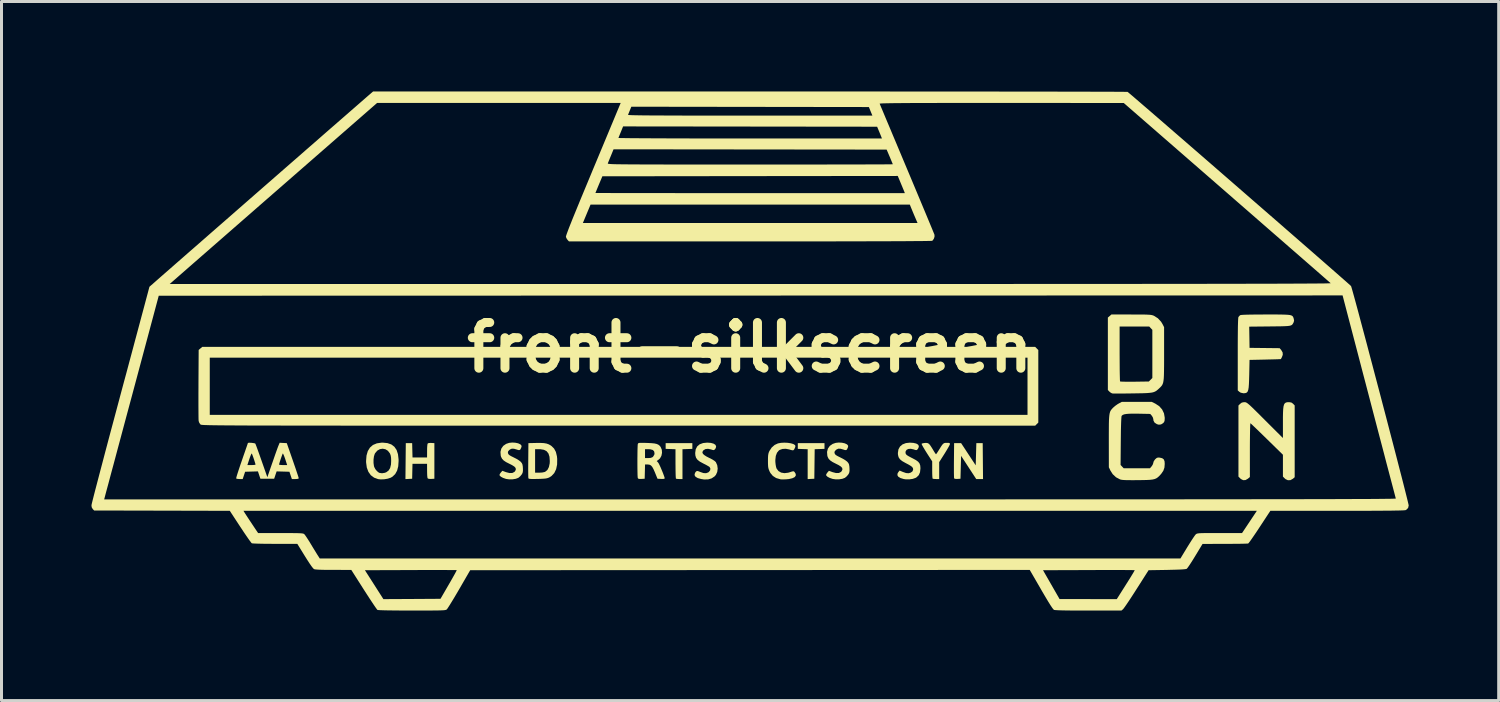
<source format=kicad_pcb>
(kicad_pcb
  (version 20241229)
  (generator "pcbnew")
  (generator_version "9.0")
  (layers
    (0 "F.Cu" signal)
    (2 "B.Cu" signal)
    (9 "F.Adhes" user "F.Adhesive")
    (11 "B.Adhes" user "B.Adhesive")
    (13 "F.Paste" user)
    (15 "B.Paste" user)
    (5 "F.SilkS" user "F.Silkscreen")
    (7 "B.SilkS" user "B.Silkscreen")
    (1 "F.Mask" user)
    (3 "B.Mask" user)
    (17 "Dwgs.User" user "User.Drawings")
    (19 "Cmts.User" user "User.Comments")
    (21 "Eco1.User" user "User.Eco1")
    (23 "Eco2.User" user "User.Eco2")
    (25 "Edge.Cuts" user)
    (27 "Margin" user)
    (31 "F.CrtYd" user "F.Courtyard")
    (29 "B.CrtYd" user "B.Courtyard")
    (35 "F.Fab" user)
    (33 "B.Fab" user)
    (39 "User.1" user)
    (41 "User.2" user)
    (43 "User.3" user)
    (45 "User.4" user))
  (footprint "front-silkscreen"
    (layer "F.Cu")
    (at 21.951 8.537)
    (property "Reference" "front-silkscreen" (at 0 0 0) (layer "F.SilkS") (effects (font (size 1.524 1.524) (thickness 0.3))))
    (attr board_only exclude_from_pos_files exclude_from_bom)
    (fp_poly (pts (xy 2.489 3.379) (xy 2.325 3.385) (xy 2.162 3.391) (xy 2.156 3.883) (xy 2.15 4.375) (xy 2.039 4.381) (xy 1.928 4.387) (xy 1.928 3.391) (xy 1.764 3.385) (xy 1.599 3.379) (xy 1.599 3.188) (xy 2.489 3.188)) (stroke (width 0) (type solid)) (fill yes) (layer "F.SilkS"))
    (fp_poly (pts (xy -1.917 3.379) (xy -2.081 3.385) (xy -2.246 3.391) (xy -2.246 4.385) (xy -2.348 4.385) (xy -2.411 4.382) (xy -2.454 4.376) (xy -2.464 4.371) (xy -2.468 4.347) (xy -2.472 4.286) (xy -2.475 4.196) (xy -2.477 4.081) (xy -2.478 3.949) (xy -2.479 3.874) (xy -2.479 3.391) (xy -2.807 3.379) (xy -2.807 3.188) (xy -1.917 3.188)) (stroke (width 0) (type solid)) (fill yes) (layer "F.SilkS"))
    (fp_poly (pts (xy 7.531 3.928) (xy 7.552 3.188) (xy 7.764 3.188) (xy 7.775 4.385) (xy 7.548 4.385) (xy 7.296 3.999) (xy 7.044 3.612) (xy 7.033 3.993) (xy 7.023 4.375) (xy 6.922 4.381) (xy 6.849 4.38) (xy 6.813 4.365) (xy 6.81 4.36) (xy 6.808 4.332) (xy 6.806 4.267) (xy 6.804 4.172) (xy 6.804 4.052) (xy 6.804 3.913) (xy 6.805 3.76) (xy 6.805 3.76) (xy 6.811 3.188) (xy 7.044 3.188)) (stroke (width 0) (type solid)) (fill yes) (layer "F.SilkS"))
    (fp_poly (pts (xy -10.622 3.182) (xy -10.518 3.188) (xy -10.518 4.375) (xy -10.622 4.381) (xy -10.701 4.38) (xy -10.741 4.363) (xy -10.743 4.36) (xy -10.751 4.328) (xy -10.757 4.264) (xy -10.76 4.178) (xy -10.761 4.104) (xy -10.762 3.877) (xy -11.248 3.877) (xy -11.259 4.375) (xy -11.371 4.381) (xy -11.483 4.387) (xy -11.477 3.788) (xy -11.471 3.188) (xy -11.259 3.188) (xy -11.253 3.427) (xy -11.247 3.665) (xy -10.762 3.665) (xy -10.761 3.448) (xy -10.76 3.354) (xy -10.755 3.274) (xy -10.748 3.22) (xy -10.743 3.203) (xy -10.707 3.184) (xy -10.633 3.181)) (stroke (width 0) (type solid)) (fill yes) (layer "F.SilkS"))
    (fp_poly (pts (xy 6.633 3.18) (xy 6.664 3.191) (xy 6.673 3.213) (xy 6.673 3.216) (xy 6.662 3.246) (xy 6.632 3.305) (xy 6.586 3.385) (xy 6.529 3.48) (xy 6.493 3.538) (xy 6.313 3.821) (xy 6.313 4.385) (xy 6.211 4.385) (xy 6.148 4.382) (xy 6.104 4.376) (xy 6.094 4.371) (xy 6.089 4.346) (xy 6.084 4.286) (xy 6.081 4.201) (xy 6.08 4.099) (xy 6.08 4.076) (xy 6.08 3.796) (xy 5.899 3.515) (xy 5.838 3.417) (xy 5.787 3.332) (xy 5.749 3.264) (xy 5.729 3.222) (xy 5.726 3.211) (xy 5.75 3.197) (xy 5.802 3.186) (xy 5.841 3.182) (xy 5.893 3.181) (xy 5.934 3.189) (xy 5.971 3.211) (xy 6.009 3.254) (xy 6.054 3.321) (xy 6.114 3.419) (xy 6.124 3.437) (xy 6.162 3.499) (xy 6.192 3.542) (xy 6.207 3.559) (xy 6.222 3.542) (xy 6.253 3.497) (xy 6.294 3.432) (xy 6.311 3.405) (xy 6.369 3.311) (xy 6.412 3.247) (xy 6.447 3.208) (xy 6.481 3.187) (xy 6.52 3.179) (xy 6.57 3.178)) (stroke (width 0) (type solid)) (fill yes) (layer "F.SilkS"))
    (fp_poly (pts (xy -6.867 3.187) (xy -6.779 3.202) (xy -6.707 3.227) (xy -6.641 3.264) (xy -6.616 3.282) (xy -6.528 3.368) (xy -6.467 3.481) (xy -6.432 3.625) (xy -6.423 3.713) (xy -6.426 3.9) (xy -6.459 4.058) (xy -6.521 4.186) (xy -6.612 4.283) (xy -6.678 4.326) (xy -6.72 4.345) (xy -6.764 4.359) (xy -6.821 4.369) (xy -6.898 4.375) (xy -7.004 4.38) (xy -7.07 4.381) (xy -7.194 4.384) (xy -7.281 4.383) (xy -7.338 4.379) (xy -7.37 4.372) (xy -7.383 4.36) (xy -7.383 4.36) (xy -7.386 4.332) (xy -7.388 4.268) (xy -7.389 4.173) (xy -7.16 4.173) (xy -7.022 4.173) (xy -6.926 4.168) (xy -6.848 4.152) (xy -6.821 4.141) (xy -6.749 4.081) (xy -6.7 3.986) (xy -6.673 3.861) (xy -6.67 3.783) (xy -6.68 3.641) (xy -6.715 3.533) (xy -6.777 3.456) (xy -6.866 3.41) (xy -6.985 3.39) (xy -7.021 3.389) (xy -7.16 3.389) (xy -7.16 4.173) (xy -7.389 4.173) (xy -7.389 4.172) (xy -7.39 4.052) (xy -7.389 3.913) (xy -7.388 3.76) (xy -7.388 3.76) (xy -7.383 3.188) (xy -7.123 3.182) (xy -6.978 3.181)) (stroke (width 0) (type solid)) (fill yes) (layer "F.SilkS"))
    (fp_poly (pts (xy -12.083 3.187) (xy -11.953 3.232) (xy -11.852 3.309) (xy -11.778 3.416) (xy -11.732 3.556) (xy -11.712 3.729) (xy -11.711 3.781) (xy -11.723 3.96) (xy -11.761 4.105) (xy -11.825 4.22) (xy -11.915 4.306) (xy -11.975 4.341) (xy -12.072 4.373) (xy -12.19 4.393) (xy -12.308 4.397) (xy -12.393 4.388) (xy -12.528 4.339) (xy -12.637 4.258) (xy -12.718 4.145) (xy -12.771 4.004) (xy -12.792 3.848) (xy -12.547 3.848) (xy -12.533 3.951) (xy -12.523 3.984) (xy -12.487 4.055) (xy -12.431 4.122) (xy -12.371 4.17) (xy -12.35 4.18) (xy -12.264 4.192) (xy -12.169 4.177) (xy -12.119 4.157) (xy -12.044 4.1) (xy -11.993 4.016) (xy -11.965 3.901) (xy -11.959 3.781) (xy -11.962 3.678) (xy -11.974 3.602) (xy -11.996 3.54) (xy -12.002 3.529) (xy -12.067 3.444) (xy -12.149 3.392) (xy -12.241 3.374) (xy -12.333 3.388) (xy -12.419 3.436) (xy -12.489 3.516) (xy -12.507 3.547) (xy -12.533 3.63) (xy -12.547 3.736) (xy -12.547 3.848) (xy -12.792 3.848) (xy -12.794 3.833) (xy -12.795 3.781) (xy -12.781 3.602) (xy -12.738 3.453) (xy -12.666 3.336) (xy -12.566 3.249) (xy -12.437 3.195) (xy -12.282 3.172) (xy -12.241 3.171)) (stroke (width 0) (type solid)) (fill yes) (layer "F.SilkS"))
    (fp_poly (pts (xy 1.262 3.177) (xy 1.366 3.193) (xy 1.449 3.217) (xy 1.502 3.25) (xy 1.505 3.253) (xy 1.52 3.283) (xy 1.513 3.322) (xy 1.497 3.359) (xy 1.474 3.403) (xy 1.45 3.425) (xy 1.414 3.427) (xy 1.355 3.411) (xy 1.312 3.398) (xy 1.198 3.376) (xy 1.087 3.382) (xy 0.994 3.415) (xy 0.967 3.433) (xy 0.905 3.508) (xy 0.865 3.615) (xy 0.85 3.75) (xy 0.851 3.817) (xy 0.86 3.904) (xy 0.874 3.981) (xy 0.891 4.034) (xy 0.954 4.118) (xy 1.043 4.17) (xy 1.153 4.189) (xy 1.278 4.174) (xy 1.339 4.156) (xy 1.406 4.134) (xy 1.447 4.126) (xy 1.471 4.132) (xy 1.49 4.149) (xy 1.53 4.215) (xy 1.531 4.273) (xy 1.493 4.322) (xy 1.417 4.359) (xy 1.305 4.385) (xy 1.211 4.394) (xy 1.13 4.397) (xy 1.058 4.397) (xy 1.017 4.393) (xy 0.878 4.352) (xy 0.77 4.284) (xy 0.688 4.187) (xy 0.659 4.133) (xy 0.634 4.074) (xy 0.618 4.021) (xy 0.609 3.96) (xy 0.605 3.879) (xy 0.604 3.781) (xy 0.605 3.672) (xy 0.61 3.594) (xy 0.62 3.535) (xy 0.636 3.485) (xy 0.653 3.449) (xy 0.729 3.334) (xy 0.827 3.248) (xy 0.937 3.197) (xy 1.038 3.178) (xy 1.149 3.172)) (stroke (width 0) (type solid)) (fill yes) (layer "F.SilkS"))
    (fp_poly (pts (xy 18.054 1.833) (xy 18.11 1.872) (xy 18.114 1.877) (xy 18.166 1.931) (xy 18.166 4.325) (xy 18.106 4.376) (xy 18.026 4.421) (xy 17.942 4.425) (xy 17.863 4.389) (xy 17.836 4.366) (xy 17.774 4.304) (xy 17.774 3.575) (xy 17.241 3.053) (xy 17.117 2.932) (xy 17.002 2.82) (xy 16.9 2.721) (xy 16.814 2.639) (xy 16.748 2.576) (xy 16.706 2.537) (xy 16.691 2.524) (xy 16.687 2.543) (xy 16.683 2.601) (xy 16.68 2.692) (xy 16.677 2.814) (xy 16.675 2.961) (xy 16.673 3.131) (xy 16.672 3.318) (xy 16.672 3.418) (xy 16.672 4.318) (xy 16.607 4.373) (xy 16.527 4.419) (xy 16.449 4.423) (xy 16.374 4.385) (xy 16.353 4.366) (xy 16.291 4.304) (xy 16.291 1.934) (xy 16.347 1.878) (xy 16.404 1.836) (xy 16.475 1.822) (xy 16.489 1.822) (xy 16.511 1.823) (xy 16.533 1.827) (xy 16.557 1.837) (xy 16.587 1.856) (xy 16.625 1.886) (xy 16.676 1.93) (xy 16.742 1.992) (xy 16.825 2.073) (xy 16.931 2.177) (xy 17.06 2.306) (xy 17.174 2.42) (xy 17.774 3.018) (xy 17.774 2.508) (xy 17.774 2.319) (xy 17.777 2.168) (xy 17.783 2.052) (xy 17.794 1.964) (xy 17.811 1.902) (xy 17.836 1.861) (xy 17.869 1.837) (xy 17.911 1.825) (xy 17.965 1.822) (xy 17.98 1.822)) (stroke (width 0) (type solid)) (fill yes) (layer "F.SilkS"))
    (fp_poly (pts (xy 5.455 3.18) (xy 5.548 3.202) (xy 5.609 3.238) (xy 5.635 3.284) (xy 5.635 3.291) (xy 5.622 3.347) (xy 5.598 3.387) (xy 5.573 3.413) (xy 5.547 3.421) (xy 5.506 3.412) (xy 5.466 3.398) (xy 5.367 3.376) (xy 5.285 3.382) (xy 5.225 3.412) (xy 5.193 3.466) (xy 5.19 3.495) (xy 5.194 3.531) (xy 5.208 3.56) (xy 5.239 3.59) (xy 5.293 3.624) (xy 5.377 3.669) (xy 5.429 3.695) (xy 5.538 3.754) (xy 5.612 3.808) (xy 5.657 3.865) (xy 5.681 3.933) (xy 5.688 4.02) (xy 5.688 4.032) (xy 5.674 4.159) (xy 5.632 4.256) (xy 5.559 4.327) (xy 5.525 4.347) (xy 5.43 4.38) (xy 5.313 4.396) (xy 5.192 4.394) (xy 5.132 4.385) (xy 5.023 4.352) (xy 4.951 4.308) (xy 4.919 4.255) (xy 4.927 4.194) (xy 4.954 4.151) (xy 4.993 4.102) (xy 5.101 4.148) (xy 5.208 4.185) (xy 5.294 4.192) (xy 5.366 4.17) (xy 5.421 4.13) (xy 5.443 4.078) (xy 5.444 4.055) (xy 5.437 4.019) (xy 5.411 3.983) (xy 5.361 3.944) (xy 5.281 3.897) (xy 5.189 3.849) (xy 5.078 3.786) (xy 5.004 3.725) (xy 4.959 3.657) (xy 4.939 3.575) (xy 4.936 3.517) (xy 4.954 3.397) (xy 5.007 3.301) (xy 5.091 3.23) (xy 5.204 3.186) (xy 5.336 3.172)) (stroke (width 0) (type solid)) (fill yes) (layer "F.SilkS"))
    (fp_poly (pts (xy -1.301 3.18) (xy -1.209 3.205) (xy -1.149 3.243) (xy -1.124 3.293) (xy -1.136 3.352) (xy -1.16 3.387) (xy -1.185 3.413) (xy -1.211 3.421) (xy -1.252 3.412) (xy -1.292 3.398) (xy -1.394 3.377) (xy -1.481 3.386) (xy -1.545 3.425) (xy -1.56 3.443) (xy -1.581 3.484) (xy -1.577 3.517) (xy -1.559 3.549) (xy -1.52 3.585) (xy -1.452 3.63) (xy -1.361 3.677) (xy -1.346 3.684) (xy -1.25 3.733) (xy -1.177 3.78) (xy -1.135 3.819) (xy -1.133 3.821) (xy -1.087 3.925) (xy -1.072 4.037) (xy -1.087 4.148) (xy -1.131 4.246) (xy -1.177 4.298) (xy -1.277 4.364) (xy -1.392 4.397) (xy -1.528 4.399) (xy -1.624 4.384) (xy -1.737 4.353) (xy -1.808 4.312) (xy -1.841 4.26) (xy -1.843 4.24) (xy -1.828 4.181) (xy -1.801 4.142) (xy -1.775 4.121) (xy -1.748 4.116) (xy -1.709 4.127) (xy -1.654 4.149) (xy -1.546 4.186) (xy -1.46 4.19) (xy -1.387 4.164) (xy -1.369 4.151) (xy -1.325 4.097) (xy -1.315 4.038) (xy -1.341 3.986) (xy -1.347 3.98) (xy -1.381 3.958) (xy -1.442 3.923) (xy -1.52 3.883) (xy -1.553 3.866) (xy -1.667 3.804) (xy -1.745 3.743) (xy -1.793 3.677) (xy -1.816 3.599) (xy -1.822 3.517) (xy -1.805 3.394) (xy -1.755 3.297) (xy -1.673 3.227) (xy -1.559 3.185) (xy -1.422 3.171)) (stroke (width 0) (type solid)) (fill yes) (layer "F.SilkS"))
    (fp_poly (pts (xy -7.819 3.174) (xy -7.725 3.194) (xy -7.654 3.227) (xy -7.639 3.24) (xy -7.613 3.273) (xy -7.612 3.308) (xy -7.626 3.346) (xy -7.651 3.398) (xy -7.678 3.42) (xy -7.72 3.418) (xy -7.775 3.4) (xy -7.867 3.374) (xy -7.937 3.373) (xy -7.995 3.398) (xy -8.02 3.418) (xy -8.059 3.46) (xy -8.067 3.501) (xy -8.063 3.525) (xy -8.049 3.557) (xy -8.018 3.587) (xy -7.963 3.62) (xy -7.876 3.663) (xy -7.875 3.664) (xy -7.787 3.708) (xy -7.708 3.756) (xy -7.65 3.8) (xy -7.638 3.811) (xy -7.602 3.855) (xy -7.582 3.9) (xy -7.571 3.962) (xy -7.567 4.02) (xy -7.565 4.103) (xy -7.572 4.16) (xy -7.59 4.206) (xy -7.609 4.236) (xy -7.658 4.294) (xy -7.715 4.342) (xy -7.724 4.347) (xy -7.804 4.377) (xy -7.908 4.394) (xy -8.021 4.396) (xy -8.124 4.382) (xy -8.138 4.378) (xy -8.23 4.346) (xy -8.3 4.308) (xy -8.34 4.269) (xy -8.347 4.248) (xy -8.334 4.213) (xy -8.302 4.167) (xy -8.299 4.164) (xy -8.251 4.11) (xy -8.131 4.155) (xy -8.014 4.185) (xy -7.92 4.183) (xy -7.85 4.148) (xy -7.824 4.118) (xy -7.802 4.066) (xy -7.81 4.017) (xy -7.851 3.97) (xy -7.929 3.92) (xy -8.013 3.878) (xy -8.129 3.819) (xy -8.21 3.764) (xy -8.263 3.707) (xy -8.296 3.641) (xy -8.306 3.603) (xy -8.315 3.48) (xy -8.286 3.37) (xy -8.222 3.279) (xy -8.126 3.213) (xy -8.026 3.179) (xy -7.924 3.168)) (stroke (width 0) (type solid)) (fill yes) (layer "F.SilkS"))
    (fp_poly (pts (xy 3.07 3.174) (xy 3.164 3.194) (xy 3.234 3.227) (xy 3.25 3.24) (xy 3.276 3.273) (xy 3.276 3.308) (xy 3.263 3.346) (xy 3.238 3.398) (xy 3.211 3.42) (xy 3.169 3.418) (xy 3.114 3.4) (xy 3.021 3.374) (xy 2.952 3.373) (xy 2.894 3.398) (xy 2.868 3.418) (xy 2.83 3.46) (xy 2.821 3.501) (xy 2.826 3.525) (xy 2.84 3.557) (xy 2.871 3.587) (xy 2.926 3.62) (xy 3.012 3.663) (xy 3.014 3.664) (xy 3.101 3.708) (xy 3.181 3.756) (xy 3.239 3.8) (xy 3.251 3.811) (xy 3.287 3.855) (xy 3.307 3.9) (xy 3.318 3.962) (xy 3.322 4.02) (xy 3.324 4.103) (xy 3.317 4.16) (xy 3.299 4.206) (xy 3.28 4.236) (xy 3.231 4.294) (xy 3.173 4.342) (xy 3.165 4.347) (xy 3.085 4.377) (xy 2.98 4.394) (xy 2.868 4.396) (xy 2.765 4.382) (xy 2.751 4.378) (xy 2.659 4.346) (xy 2.589 4.308) (xy 2.549 4.269) (xy 2.542 4.248) (xy 2.555 4.213) (xy 2.587 4.167) (xy 2.59 4.164) (xy 2.637 4.11) (xy 2.758 4.155) (xy 2.874 4.185) (xy 2.969 4.183) (xy 3.039 4.148) (xy 3.064 4.118) (xy 3.087 4.066) (xy 3.079 4.017) (xy 3.038 3.97) (xy 2.96 3.92) (xy 2.876 3.878) (xy 2.76 3.819) (xy 2.679 3.764) (xy 2.625 3.707) (xy 2.593 3.641) (xy 2.583 3.603) (xy 2.574 3.48) (xy 2.603 3.37) (xy 2.667 3.279) (xy 2.763 3.213) (xy 2.863 3.179) (xy 2.965 3.168)) (stroke (width 0) (type solid)) (fill yes) (layer "F.SilkS"))
    (fp_poly (pts (xy 9.566 0.031) (xy 9.618 0.083) (xy 9.618 2.502) (xy 9.566 2.554) (xy 9.514 2.606) (xy -4.38 2.606) (xy -5.299 2.606) (xy -6.176 2.606) (xy -7.013 2.606) (xy -7.81 2.606) (xy -8.569 2.606) (xy -9.29 2.606) (xy -9.975 2.605) (xy -10.624 2.605) (xy -11.238 2.605) (xy -11.818 2.605) (xy -12.366 2.605) (xy -12.882 2.605) (xy -13.367 2.605) (xy -13.822 2.604) (xy -14.248 2.604) (xy -14.646 2.604) (xy -15.017 2.603) (xy -15.362 2.603) (xy -15.682 2.602) (xy -15.978 2.602) (xy -16.25 2.601) (xy -16.501 2.6) (xy -16.73 2.6) (xy -16.938 2.599) (xy -17.128 2.598) (xy -17.299 2.597) (xy -17.452 2.596) (xy -17.589 2.595) (xy -17.71 2.594) (xy -17.817 2.592) (xy -17.91 2.591) (xy -17.991 2.59) (xy -18.06 2.588) (xy -18.118 2.586) (xy -18.166 2.585) (xy -18.206 2.583) (xy -18.237 2.581) (xy -18.262 2.579) (xy -18.281 2.577) (xy -18.295 2.574) (xy -18.304 2.572) (xy -18.311 2.569) (xy -18.315 2.567) (xy -18.319 2.564) (xy -18.319 2.563) (xy -18.356 2.512) (xy -18.377 2.452) (xy -18.38 2.418) (xy -18.382 2.346) (xy -18.383 2.246) (xy -18.007 2.246) (xy 9.258 2.246) (xy 9.258 0.339) (xy -18.007 0.339) (xy -18.007 2.246) (xy -18.383 2.246) (xy -18.383 2.24) (xy -18.384 2.104) (xy -18.385 1.942) (xy -18.385 1.759) (xy -18.385 1.558) (xy -18.384 1.344) (xy -18.384 1.232) (xy -18.377 0.081) (xy -18.318 0.03) (xy -18.259 -0.021) (xy 9.514 -0.021)) (stroke (width 0) (type solid)) (fill yes) (layer "F.SilkS"))
    (fp_poly (pts (xy 17.422 -1.102) (xy 17.6 -1.101) (xy 17.744 -1.099) (xy 17.856 -1.096) (xy 17.943 -1.091) (xy 18.007 -1.083) (xy 18.052 -1.071) (xy 18.083 -1.055) (xy 18.104 -1.035) (xy 18.118 -1.01) (xy 18.129 -0.979) (xy 18.133 -0.965) (xy 18.146 -0.903) (xy 18.135 -0.851) (xy 18.126 -0.831) (xy 18.109 -0.799) (xy 18.092 -0.773) (xy 18.07 -0.752) (xy 18.04 -0.737) (xy 17.996 -0.725) (xy 17.933 -0.717) (xy 17.849 -0.712) (xy 17.737 -0.708) (xy 17.593 -0.706) (xy 17.414 -0.704) (xy 17.336 -0.703) (xy 16.65 -0.696) (xy 16.656 -0.343) (xy 16.661 0.011) (xy 17.665 0.022) (xy 17.719 0.087) (xy 17.764 0.164) (xy 17.769 0.243) (xy 17.741 0.319) (xy 17.718 0.363) (xy 17.705 0.385) (xy 17.704 0.386) (xy 17.683 0.387) (xy 17.625 0.39) (xy 17.536 0.393) (xy 17.422 0.396) (xy 17.289 0.399) (xy 17.18 0.402) (xy 16.661 0.413) (xy 16.651 0.9) (xy 16.646 1.079) (xy 16.64 1.221) (xy 16.632 1.329) (xy 16.619 1.407) (xy 16.601 1.462) (xy 16.575 1.496) (xy 16.542 1.515) (xy 16.499 1.523) (xy 16.456 1.525) (xy 16.367 1.506) (xy 16.323 1.478) (xy 16.268 1.43) (xy 16.268 0.229) (xy 16.268 -0.067) (xy 16.269 -0.321) (xy 16.271 -0.535) (xy 16.273 -0.708) (xy 16.277 -0.842) (xy 16.281 -0.938) (xy 16.286 -0.996) (xy 16.29 -1.016) (xy 16.327 -1.06) (xy 16.353 -1.08) (xy 16.386 -1.086) (xy 16.459 -1.091) (xy 16.571 -1.095) (xy 16.718 -1.098) (xy 16.9 -1.1) (xy 17.114 -1.101) (xy 17.206 -1.102)) (stroke (width 0) (type solid)) (fill yes) (layer "F.SilkS"))
    (fp_poly (pts (xy -3.481 3.18) (xy -3.434 3.181) (xy -3.291 3.188) (xy -3.183 3.198) (xy -3.103 3.216) (xy -3.045 3.243) (xy -3.001 3.28) (xy -2.974 3.316) (xy -2.935 3.408) (xy -2.928 3.51) (xy -2.948 3.61) (xy -2.995 3.696) (xy -3.055 3.749) (xy -3.093 3.776) (xy -3.105 3.791) (xy -3.102 3.792) (xy -3.079 3.809) (xy -3.047 3.851) (xy -3.035 3.871) (xy -3.007 3.928) (xy -2.971 4.006) (xy -2.934 4.095) (xy -2.897 4.185) (xy -2.867 4.266) (xy -2.846 4.327) (xy -2.839 4.359) (xy -2.85 4.375) (xy -2.89 4.382) (xy -2.959 4.381) (xy -3.079 4.375) (xy -3.165 4.163) (xy -3.213 4.054) (xy -3.255 3.979) (xy -3.297 3.932) (xy -3.346 3.907) (xy -3.407 3.899) (xy -3.426 3.898) (xy -3.494 3.898) (xy -3.5 4.136) (xy -3.506 4.375) (xy -3.615 4.381) (xy -3.683 4.382) (xy -3.721 4.372) (xy -3.736 4.353) (xy -3.74 4.321) (xy -3.744 4.254) (xy -3.746 4.16) (xy -3.748 4.044) (xy -3.749 3.914) (xy -3.749 3.778) (xy -3.749 3.686) (xy -3.495 3.686) (xy -3.386 3.686) (xy -3.306 3.68) (xy -3.252 3.66) (xy -3.227 3.64) (xy -3.185 3.573) (xy -3.178 3.525) (xy -3.193 3.458) (xy -3.24 3.414) (xy -3.321 3.393) (xy -3.384 3.389) (xy -3.495 3.389) (xy -3.495 3.686) (xy -3.749 3.686) (xy -3.748 3.642) (xy -3.747 3.514) (xy -3.745 3.401) (xy -3.742 3.309) (xy -3.739 3.247) (xy -3.736 3.223) (xy -3.729 3.204) (xy -3.718 3.19) (xy -3.694 3.182) (xy -3.651 3.178) (xy -3.583 3.178)) (stroke (width 0) (type solid)) (fill yes) (layer "F.SilkS"))
    (fp_poly (pts (xy 12.717 -1.101) (xy 12.903 -1.101) (xy 13.052 -1.1) (xy 13.169 -1.099) (xy 13.258 -1.096) (xy 13.325 -1.092) (xy 13.375 -1.087) (xy 13.413 -1.079) (xy 13.444 -1.07) (xy 13.473 -1.058) (xy 13.605 -0.975) (xy 13.712 -0.86) (xy 13.761 -0.779) (xy 13.812 -0.679) (xy 13.812 0.216) (xy 13.812 0.447) (xy 13.811 0.638) (xy 13.809 0.796) (xy 13.806 0.924) (xy 13.801 1.026) (xy 13.792 1.106) (xy 13.781 1.168) (xy 13.765 1.216) (xy 13.745 1.256) (xy 13.72 1.289) (xy 13.69 1.322) (xy 13.653 1.357) (xy 13.651 1.359) (xy 13.604 1.402) (xy 13.562 1.437) (xy 13.519 1.464) (xy 13.47 1.485) (xy 13.409 1.501) (xy 13.332 1.511) (xy 13.234 1.519) (xy 13.108 1.524) (xy 12.95 1.527) (xy 12.764 1.53) (xy 12.602 1.532) (xy 12.452 1.534) (xy 12.32 1.534) (xy 12.212 1.534) (xy 12.133 1.534) (xy 12.089 1.532) (xy 12.083 1.531) (xy 12.038 1.51) (xy 11.989 1.471) (xy 11.988 1.469) (xy 11.937 1.416) (xy 11.937 0.208) (xy 12.329 0.208) (xy 12.33 0.4) (xy 12.331 0.579) (xy 12.332 0.741) (xy 12.334 0.88) (xy 12.337 0.993) (xy 12.339 1.075) (xy 12.343 1.122) (xy 12.344 1.131) (xy 12.369 1.135) (xy 12.43 1.138) (xy 12.521 1.14) (xy 12.635 1.141) (xy 12.766 1.14) (xy 12.831 1.14) (xy 13.303 1.133) (xy 13.362 1.075) (xy 13.42 1.016) (xy 13.42 -0.59) (xy 13.369 -0.644) (xy 13.318 -0.699) (xy 12.329 -0.699) (xy 12.329 0.208) (xy 11.937 0.208) (xy 11.937 -0.999) (xy 11.997 -1.05) (xy 12.056 -1.102)) (stroke (width 0) (type solid)) (fill yes) (layer "F.SilkS"))
    (fp_poly (pts (xy 13.52 1.871) (xy 13.649 1.955) (xy 13.746 2.065) (xy 13.808 2.194) (xy 13.833 2.339) (xy 13.833 2.358) (xy 13.829 2.433) (xy 13.814 2.481) (xy 13.786 2.515) (xy 13.711 2.564) (xy 13.635 2.573) (xy 13.572 2.555) (xy 13.497 2.507) (xy 13.458 2.438) (xy 13.452 2.386) (xy 13.438 2.334) (xy 13.405 2.278) (xy 13.401 2.273) (xy 13.35 2.214) (xy 12.963 2.206) (xy 12.79 2.205) (xy 12.656 2.207) (xy 12.554 2.215) (xy 12.481 2.228) (xy 12.431 2.248) (xy 12.401 2.274) (xy 12.394 2.285) (xy 12.39 2.314) (xy 12.385 2.382) (xy 12.38 2.483) (xy 12.376 2.613) (xy 12.372 2.767) (xy 12.37 2.941) (xy 12.368 3.119) (xy 12.361 3.916) (xy 12.412 3.97) (xy 12.464 4.025) (xy 13.342 4.025) (xy 13.397 3.96) (xy 13.433 3.904) (xy 13.451 3.851) (xy 13.452 3.842) (xy 13.468 3.79) (xy 13.509 3.732) (xy 13.517 3.724) (xy 13.564 3.683) (xy 13.608 3.668) (xy 13.667 3.671) (xy 13.749 3.691) (xy 13.801 3.729) (xy 13.827 3.793) (xy 13.833 3.881) (xy 13.823 4.004) (xy 13.787 4.107) (xy 13.72 4.206) (xy 13.694 4.236) (xy 13.645 4.289) (xy 13.599 4.33) (xy 13.552 4.362) (xy 13.497 4.385) (xy 13.428 4.401) (xy 13.34 4.411) (xy 13.226 4.417) (xy 13.08 4.42) (xy 12.933 4.422) (xy 12.758 4.423) (xy 12.62 4.422) (xy 12.514 4.42) (xy 12.436 4.415) (xy 12.381 4.407) (xy 12.345 4.398) (xy 12.21 4.327) (xy 12.098 4.222) (xy 12.02 4.099) (xy 11.97 3.993) (xy 11.969 3.119) (xy 11.969 2.892) (xy 11.97 2.703) (xy 11.971 2.549) (xy 11.974 2.424) (xy 11.98 2.325) (xy 11.988 2.247) (xy 11.999 2.186) (xy 12.013 2.139) (xy 12.032 2.101) (xy 12.056 2.067) (xy 12.085 2.034) (xy 12.113 2.005) (xy 12.181 1.946) (xy 12.261 1.889) (xy 12.297 1.868) (xy 12.403 1.811) (xy 13.399 1.811)) (stroke (width 0) (type solid)) (fill yes) (layer "F.SilkS"))
    (fp_poly (pts (xy -16.611 3.178) (xy -16.551 3.186) (xy -16.505 3.195) (xy -16.488 3.204) (xy -16.477 3.23) (xy -16.453 3.291) (xy -16.42 3.381) (xy -16.379 3.495) (xy -16.332 3.627) (xy -16.281 3.771) (xy -16.279 3.777) (xy -16.087 4.324) (xy -15.942 3.903) (xy -15.698 3.903) (xy -15.678 3.911) (xy -15.628 3.917) (xy -15.562 3.919) (xy -15.426 3.919) (xy -15.492 3.718) (xy -15.521 3.636) (xy -15.547 3.573) (xy -15.565 3.537) (xy -15.572 3.533) (xy -15.584 3.558) (xy -15.605 3.613) (xy -15.63 3.684) (xy -15.656 3.761) (xy -15.678 3.831) (xy -15.693 3.883) (xy -15.698 3.903) (xy -15.942 3.903) (xy -15.92 3.841) (xy -15.871 3.7) (xy -15.825 3.567) (xy -15.783 3.45) (xy -15.749 3.355) (xy -15.724 3.289) (xy -15.715 3.267) (xy -15.677 3.176) (xy -15.558 3.182) (xy -15.439 3.188) (xy -15.24 3.76) (xy -15.189 3.908) (xy -15.142 4.044) (xy -15.103 4.162) (xy -15.071 4.257) (xy -15.05 4.323) (xy -15.041 4.356) (xy -15.041 4.358) (xy -15.059 4.376) (xy -15.114 4.384) (xy -15.156 4.385) (xy -15.27 4.385) (xy -15.311 4.263) (xy -15.351 4.142) (xy -15.778 4.13) (xy -15.819 4.252) (xy -15.86 4.375) (xy -16.319 4.375) (xy -16.401 4.13) (xy -16.828 4.142) (xy -16.909 4.385) (xy -17.012 4.385) (xy -17.074 4.381) (xy -17.117 4.372) (xy -17.126 4.366) (xy -17.123 4.341) (xy -17.107 4.282) (xy -17.08 4.194) (xy -17.043 4.081) (xy -16.999 3.949) (xy -16.989 3.919) (xy -16.753 3.919) (xy -16.617 3.919) (xy -16.548 3.917) (xy -16.499 3.911) (xy -16.481 3.903) (xy -16.488 3.874) (xy -16.505 3.817) (xy -16.528 3.744) (xy -16.554 3.668) (xy -16.579 3.599) (xy -16.598 3.55) (xy -16.607 3.533) (xy -16.619 3.545) (xy -16.64 3.589) (xy -16.667 3.659) (xy -16.687 3.718) (xy -16.753 3.919) (xy -16.989 3.919) (xy -16.949 3.803) (xy -16.937 3.768) (xy -16.886 3.62) (xy -16.839 3.486) (xy -16.799 3.37) (xy -16.767 3.278) (xy -16.746 3.215) (xy -16.736 3.185) (xy -16.736 3.184) (xy -16.717 3.176) (xy -16.671 3.175)) (stroke (width 0) (type solid)) (fill yes) (layer "F.SilkS"))
    (fp_poly (pts (xy 0.727 -8.537) (xy 1.444 -8.537) (xy 2.15 -8.537) (xy 2.843 -8.537) (xy 3.522 -8.537) (xy 4.186 -8.537) (xy 4.833 -8.536) (xy 5.464 -8.536) (xy 6.075 -8.536) (xy 6.666 -8.535) (xy 7.237 -8.535) (xy 7.785 -8.534) (xy 8.311 -8.534) (xy 8.811 -8.533) (xy 9.286 -8.533) (xy 9.734 -8.532) (xy 10.154 -8.532) (xy 10.545 -8.531) (xy 10.906 -8.53) (xy 11.235 -8.53) (xy 11.531 -8.529) (xy 11.793 -8.528) (xy 12.021 -8.528) (xy 12.212 -8.527) (xy 12.366 -8.526) (xy 12.481 -8.525) (xy 12.557 -8.525) (xy 12.592 -8.524) (xy 12.594 -8.524) (xy 12.613 -8.509) (xy 12.663 -8.467) (xy 12.741 -8.401) (xy 12.845 -8.312) (xy 12.975 -8.2) (xy 13.128 -8.068) (xy 13.303 -7.918) (xy 13.497 -7.75) (xy 13.71 -7.566) (xy 13.939 -7.367) (xy 14.183 -7.156) (xy 14.44 -6.934) (xy 14.708 -6.701) (xy 14.985 -6.461) (xy 15.271 -6.213) (xy 15.562 -5.96) (xy 15.858 -5.703) (xy 16.157 -5.443) (xy 16.456 -5.183) (xy 16.755 -4.923) (xy 17.051 -4.666) (xy 17.343 -4.412) (xy 17.63 -4.163) (xy 17.908 -3.92) (xy 18.177 -3.686) (xy 18.435 -3.461) (xy 18.68 -3.248) (xy 18.91 -3.047) (xy 19.124 -2.86) (xy 19.321 -2.688) (xy 19.497 -2.534) (xy 19.652 -2.398) (xy 19.784 -2.282) (xy 19.891 -2.188) (xy 19.971 -2.117) (xy 20.023 -2.07) (xy 20.045 -2.049) (xy 20.045 -2.049) (xy 20.054 -2.024) (xy 20.073 -1.96) (xy 20.101 -1.861) (xy 20.138 -1.728) (xy 20.183 -1.565) (xy 20.235 -1.373) (xy 20.294 -1.155) (xy 20.358 -0.914) (xy 20.428 -0.652) (xy 20.503 -0.372) (xy 20.582 -0.076) (xy 20.663 0.233) (xy 20.748 0.552) (xy 20.834 0.879) (xy 20.922 1.212) (xy 21.011 1.548) (xy 21.099 1.885) (xy 21.187 2.219) (xy 21.273 2.549) (xy 21.357 2.872) (xy 21.439 3.185) (xy 21.517 3.485) (xy 21.591 3.771) (xy 21.66 4.04) (xy 21.725 4.289) (xy 21.783 4.516) (xy 21.834 4.717) (xy 21.878 4.892) (xy 21.914 5.036) (xy 21.941 5.148) (xy 21.959 5.225) (xy 21.967 5.264) (xy 21.967 5.268) (xy 21.949 5.346) (xy 21.894 5.404) (xy 21.869 5.42) (xy 21.849 5.424) (xy 21.806 5.428) (xy 21.738 5.431) (xy 21.642 5.434) (xy 21.518 5.436) (xy 21.364 5.439) (xy 21.178 5.44) (xy 20.958 5.442) (xy 20.704 5.443) (xy 20.412 5.444) (xy 20.082 5.444) (xy 19.711 5.444) (xy 19.589 5.444) (xy 17.355 5.444) (xy 17.001 5.983) (xy 16.912 6.118) (xy 16.829 6.241) (xy 16.755 6.349) (xy 16.694 6.436) (xy 16.648 6.498) (xy 16.621 6.53) (xy 16.616 6.534) (xy 16.588 6.537) (xy 16.523 6.539) (xy 16.425 6.542) (xy 16.3 6.544) (xy 16.153 6.545) (xy 15.989 6.546) (xy 15.839 6.547) (xy 15.094 6.548) (xy 14.85 6.951) (xy 14.777 7.07) (xy 14.709 7.177) (xy 14.65 7.267) (xy 14.603 7.334) (xy 14.572 7.373) (xy 14.564 7.379) (xy 14.528 7.388) (xy 14.453 7.396) (xy 14.337 7.403) (xy 14.18 7.408) (xy 13.982 7.413) (xy 13.909 7.415) (xy 13.295 7.425) (xy 12.897 8.05) (xy 12.802 8.198) (xy 12.712 8.337) (xy 12.63 8.461) (xy 12.559 8.566) (xy 12.502 8.648) (xy 12.462 8.702) (xy 12.445 8.723) (xy 12.39 8.77) (xy 11.291 8.77) (xy 11.007 8.77) (xy 10.765 8.769) (xy 10.563 8.767) (xy 10.402 8.764) (xy 10.279 8.76) (xy 10.195 8.755) (xy 10.149 8.75) (xy 10.141 8.747) (xy 10.117 8.725) (xy 10.077 8.672) (xy 10.021 8.588) (xy 9.948 8.471) (xy 9.857 8.319) (xy 9.747 8.132) (xy 9.711 8.069) (xy 9.338 7.425) (xy 9.775 7.425) (xy 10.051 7.906) (xy 10.327 8.387) (xy 11.281 8.388) (xy 12.234 8.389) (xy 12.537 7.91) (xy 12.617 7.783) (xy 12.689 7.668) (xy 12.749 7.57) (xy 12.795 7.493) (xy 12.823 7.443) (xy 12.832 7.423) (xy 12.832 7.423) (xy 12.81 7.422) (xy 12.749 7.421) (xy 12.652 7.42) (xy 12.523 7.419) (xy 12.365 7.418) (xy 12.182 7.418) (xy 11.976 7.418) (xy 11.752 7.418) (xy 11.512 7.419) (xy 11.299 7.42) (xy 9.775 7.425) (xy 9.338 7.425) (xy 9.332 7.415) (xy 0.004 7.42) (xy -9.324 7.425) (xy -9.692 8.061) (xy -9.78 8.211) (xy -9.863 8.351) (xy -9.939 8.476) (xy -10.004 8.582) (xy -10.056 8.663) (xy -10.091 8.715) (xy -10.106 8.733) (xy -10.119 8.741) (xy -10.137 8.748) (xy -10.164 8.754) (xy -10.204 8.759) (xy -10.259 8.762) (xy -10.334 8.765) (xy -10.432 8.767) (xy -10.557 8.768) (xy -10.711 8.769) (xy -10.899 8.77) (xy -11.124 8.77) (xy -11.267 8.77) (xy -11.506 8.769) (xy -11.725 8.768) (xy -11.918 8.766) (xy -12.085 8.764) (xy -12.221 8.761) (xy -12.324 8.757) (xy -12.39 8.753) (xy -12.417 8.749) (xy -12.435 8.727) (xy -12.474 8.673) (xy -12.53 8.592) (xy -12.6 8.487) (xy -12.682 8.363) (xy -12.772 8.224) (xy -12.869 8.074) (xy -12.87 8.072) (xy -13.282 7.425) (xy -12.834 7.425) (xy -12.526 7.907) (xy -12.218 8.389) (xy -11.266 8.384) (xy -10.314 8.378) (xy -10.039 7.904) (xy -9.965 7.776) (xy -9.9 7.661) (xy -9.845 7.563) (xy -9.804 7.487) (xy -9.779 7.439) (xy -9.772 7.422) (xy -9.794 7.421) (xy -9.855 7.42) (xy -9.952 7.419) (xy -10.081 7.419) (xy -10.239 7.418) (xy -10.422 7.418) (xy -10.627 7.418) (xy -10.852 7.418) (xy -11.092 7.419) (xy -11.307 7.42) (xy -12.834 7.425) (xy -13.282 7.425) (xy -13.289 7.415) (xy -13.884 7.414) (xy -14.078 7.413) (xy -14.233 7.412) (xy -14.352 7.408) (xy -14.439 7.403) (xy -14.498 7.397) (xy -14.531 7.388) (xy -14.532 7.387) (xy -14.563 7.359) (xy -14.613 7.295) (xy -14.679 7.2) (xy -14.761 7.074) (xy -14.837 6.953) (xy -15.088 6.546) (xy -15.829 6.546) (xy -16.01 6.545) (xy -16.176 6.544) (xy -16.321 6.541) (xy -16.442 6.538) (xy -16.533 6.534) (xy -16.589 6.53) (xy -16.606 6.526) (xy -16.627 6.504) (xy -16.667 6.451) (xy -16.724 6.371) (xy -16.794 6.27) (xy -16.875 6.151) (xy -16.962 6.019) (xy -16.991 5.976) (xy -17.339 5.445) (xy -17.597 5.444) (xy -16.884 5.444) (xy -16.828 5.534) (xy -16.796 5.584) (xy -16.746 5.66) (xy -16.685 5.753) (xy -16.616 5.856) (xy -16.584 5.905) (xy -16.396 6.186) (xy -15.647 6.186) (xy -15.447 6.186) (xy -15.286 6.187) (xy -15.158 6.188) (xy -15.06 6.19) (xy -14.987 6.193) (xy -14.935 6.197) (xy -14.899 6.203) (xy -14.875 6.21) (xy -14.86 6.219) (xy -14.856 6.223) (xy -14.83 6.254) (xy -14.788 6.314) (xy -14.735 6.395) (xy -14.675 6.49) (xy -14.648 6.535) (xy -14.583 6.643) (xy -14.519 6.747) (xy -14.463 6.838) (xy -14.421 6.907) (xy -14.411 6.922) (xy -14.34 7.033) (xy 14.357 7.033) (xy 14.585 6.657) (xy 14.657 6.541) (xy 14.725 6.434) (xy 14.784 6.344) (xy 14.831 6.276) (xy 14.861 6.237) (xy 14.865 6.233) (xy 14.879 6.221) (xy 14.895 6.211) (xy 14.917 6.203) (xy 14.949 6.197) (xy 14.996 6.192) (xy 15.062 6.189) (xy 15.152 6.187) (xy 15.27 6.186) (xy 15.42 6.186) (xy 15.607 6.186) (xy 15.664 6.186) (xy 16.411 6.186) (xy 16.658 5.815) (xy 16.905 5.444) (xy -16.884 5.444) (xy -17.597 5.444) (xy -19.6 5.439) (xy -21.861 5.434) (xy -21.907 5.388) (xy -21.944 5.326) (xy -21.951 5.261) (xy -21.946 5.232) (xy -21.93 5.164) (xy -21.905 5.063) (xy -21.528 5.063) (xy 0.011 5.063) (xy 1.187 5.063) (xy 2.322 5.063) (xy 3.416 5.063) (xy 4.469 5.063) (xy 5.483 5.063) (xy 6.458 5.063) (xy 7.395 5.063) (xy 8.294 5.063) (xy 9.157 5.062) (xy 9.983 5.062) (xy 10.774 5.062) (xy 11.53 5.062) (xy 12.252 5.061) (xy 12.941 5.061) (xy 13.597 5.061) (xy 14.221 5.061) (xy 14.814 5.06) (xy 15.377 5.06) (xy 15.909 5.059) (xy 16.412 5.059) (xy 16.887 5.058) (xy 17.334 5.058) (xy 17.754 5.057) (xy 18.147 5.057) (xy 18.515 5.056) (xy 18.858 5.055) (xy 19.176 5.055) (xy 19.471 5.054) (xy 19.743 5.053) (xy 19.992 5.052) (xy 20.22 5.051) (xy 20.427 5.051) (xy 20.614 5.05) (xy 20.782 5.049) (xy 20.93 5.048) (xy 21.061 5.046) (xy 21.174 5.045) (xy 21.27 5.044) (xy 21.351 5.043) (xy 21.416 5.042) (xy 21.467 5.04) (xy 21.503 5.039) (xy 21.527 5.037) (xy 21.537 5.036) (xy 21.538 5.035) (xy 21.532 5.012) (xy 21.515 4.949) (xy 21.489 4.849) (xy 21.453 4.713) (xy 21.408 4.541) (xy 21.354 4.337) (xy 21.292 4.102) (xy 21.222 3.837) (xy 21.146 3.544) (xy 21.062 3.224) (xy 20.971 2.879) (xy 20.875 2.512) (xy 20.773 2.122) (xy 20.666 1.712) (xy 20.554 1.284) (xy 20.437 0.839) (xy 20.317 0.379) (xy 20.193 -0.095) (xy 20.066 -0.58) (xy 19.936 -1.076) (xy 19.804 -1.581) (xy 19.784 -1.658) (xy 19.763 -1.737) (xy 0.028 -1.732) (xy -19.708 -1.727) (xy -20.605 1.621) (xy -20.704 1.988) (xy -20.8 2.345) (xy -20.892 2.689) (xy -20.98 3.018) (xy -21.064 3.33) (xy -21.142 3.622) (xy -21.214 3.892) (xy -21.281 4.139) (xy -21.34 4.36) (xy -21.391 4.552) (xy -21.435 4.714) (xy -21.47 4.844) (xy -21.495 4.939) (xy -21.51 4.997) (xy -21.515 5.015) (xy -21.528 5.063) (xy -21.905 5.063) (xy -21.904 5.06) (xy -21.869 4.921) (xy -21.825 4.75) (xy -21.772 4.549) (xy -21.712 4.319) (xy -21.645 4.064) (xy -21.571 3.784) (xy -21.492 3.483) (xy -21.407 3.162) (xy -21.317 2.823) (xy -21.222 2.47) (xy -21.124 2.103) (xy -21.023 1.725) (xy -20.985 1.582) (xy -20.883 1.201) (xy -20.783 0.832) (xy -20.688 0.476) (xy -20.596 0.134) (xy -20.51 -0.189) (xy -20.428 -0.494) (xy -20.352 -0.777) (xy -20.283 -1.036) (xy -20.22 -1.27) (xy -20.165 -1.476) (xy -20.118 -1.653) (xy -20.079 -1.798) (xy -20.05 -1.908) (xy -20.03 -1.983) (xy -20.02 -2.02) (xy -20.019 -2.024) (xy -20.004 -2.038) (xy -19.958 -2.079) (xy -19.912 -2.118) (xy -19.343 -2.118) (xy 0.025 -2.118) (xy 1.154 -2.118) (xy 2.241 -2.118) (xy 3.288 -2.119) (xy 4.294 -2.119) (xy 5.26 -2.119) (xy 6.187 -2.119) (xy 7.077 -2.119) (xy 7.928 -2.119) (xy 8.743 -2.119) (xy 9.521 -2.12) (xy 10.264 -2.12) (xy 10.971 -2.12) (xy 11.645 -2.12) (xy 12.285 -2.121) (xy 12.892 -2.121) (xy 13.467 -2.122) (xy 14.01 -2.122) (xy 14.523 -2.123) (xy 15.005 -2.123) (xy 15.458 -2.124) (xy 15.882 -2.124) (xy 16.278 -2.125) (xy 16.647 -2.126) (xy 16.988 -2.126) (xy 17.304 -2.127) (xy 17.594 -2.128) (xy 17.859 -2.129) (xy 18.101 -2.13) (xy 18.319 -2.131) (xy 18.514 -2.132) (xy 18.687 -2.133) (xy 18.839 -2.134) (xy 18.97 -2.135) (xy 19.081 -2.136) (xy 19.173 -2.137) (xy 19.246 -2.139) (xy 19.301 -2.14) (xy 19.339 -2.142) (xy 19.361 -2.143) (xy 19.366 -2.144) (xy 19.348 -2.161) (xy 19.299 -2.203) (xy 19.221 -2.271) (xy 19.116 -2.363) (xy 18.985 -2.478) (xy 18.829 -2.614) (xy 18.65 -2.77) (xy 18.449 -2.945) (xy 18.228 -3.138) (xy 17.988 -3.346) (xy 17.732 -3.57) (xy 17.459 -3.807) (xy 17.172 -4.057) (xy 16.873 -4.318) (xy 16.562 -4.589) (xy 16.241 -4.868) (xy 15.912 -5.155) (xy 15.904 -5.162) (xy 12.467 -8.153) (xy 8.392 -8.155) (xy 7.887 -8.155) (xy 7.423 -8.155) (xy 6.999 -8.155) (xy 6.612 -8.154) (xy 6.261 -8.154) (xy 5.946 -8.153) (xy 5.664 -8.153) (xy 5.413 -8.152) (xy 5.193 -8.151) (xy 5.002 -8.149) (xy 4.838 -8.148) (xy 4.7 -8.146) (xy 4.586 -8.144) (xy 4.495 -8.142) (xy 4.426 -8.14) (xy 4.376 -8.137) (xy 4.344 -8.134) (xy 4.33 -8.131) (xy 4.328 -8.129) (xy 4.338 -8.107) (xy 4.362 -8.048) (xy 4.402 -7.954) (xy 4.454 -7.83) (xy 4.518 -7.676) (xy 4.594 -7.496) (xy 4.68 -7.292) (xy 4.774 -7.067) (xy 4.877 -6.823) (xy 4.986 -6.563) (xy 5.101 -6.289) (xy 5.221 -6.003) (xy 5.242 -5.953) (xy 5.363 -5.665) (xy 5.479 -5.388) (xy 5.589 -5.125) (xy 5.693 -4.876) (xy 5.789 -4.646) (xy 5.877 -4.436) (xy 5.954 -4.25) (xy 6.021 -4.089) (xy 6.076 -3.957) (xy 6.117 -3.856) (xy 6.145 -3.788) (xy 6.157 -3.756) (xy 6.157 -3.755) (xy 6.157 -3.692) (xy 6.134 -3.625) (xy 6.096 -3.571) (xy 6.078 -3.558) (xy 6.053 -3.556) (xy 5.986 -3.554) (xy 5.878 -3.552) (xy 5.73 -3.55) (xy 5.542 -3.549) (xy 5.315 -3.547) (xy 5.049 -3.545) (xy 4.746 -3.544) (xy 4.406 -3.543) (xy 4.029 -3.542) (xy 3.616 -3.541) (xy 3.169 -3.54) (xy 2.686 -3.539) (xy 2.17 -3.539) (xy 1.621 -3.538) (xy 1.04 -3.538) (xy 0.426 -3.538) (xy 0.005 -3.538) (xy -6.03 -3.538) (xy -6.075 -3.585) (xy -6.112 -3.639) (xy -6.132 -3.687) (xy -6.131 -3.704) (xy -6.121 -3.741) (xy -6.102 -3.797) (xy -6.073 -3.875) (xy -6.035 -3.977) (xy -5.985 -4.104) (xy -5.965 -4.152) (xy -5.567 -4.152) (xy 5.591 -4.152) (xy 5.516 -4.327) (xy 5.473 -4.427) (xy 5.429 -4.532) (xy 5.393 -4.621) (xy 5.387 -4.634) (xy 5.334 -4.766) (xy -5.311 -4.766) (xy -5.439 -4.459) (xy -5.567 -4.152) (xy -5.965 -4.152) (xy -5.924 -4.257) (xy -5.85 -4.439) (xy -5.763 -4.651) (xy -5.663 -4.895) (xy -5.556 -5.153) (xy -5.148 -5.153) (xy -5.127 -5.153) (xy -5.065 -5.152) (xy -4.965 -5.152) (xy -4.828 -5.151) (xy -4.656 -5.151) (xy -4.451 -5.15) (xy -4.214 -5.15) (xy -3.947 -5.15) (xy -3.653 -5.149) (xy -3.332 -5.149) (xy -2.988 -5.149) (xy -2.621 -5.149) (xy -2.233 -5.148) (xy -1.827 -5.148) (xy -1.404 -5.148) (xy -0.965 -5.148) (xy -0.514 -5.148) (xy -0.051 -5.148) (xy 5.168 -5.148) (xy 5.15 -5.195) (xy 5.135 -5.233) (xy 5.107 -5.3) (xy 5.071 -5.387) (xy 5.032 -5.481) (xy 4.932 -5.72) (xy 0.007 -5.715) (xy -4.917 -5.709) (xy -5.033 -5.434) (xy -5.074 -5.335) (xy -5.109 -5.25) (xy -5.134 -5.189) (xy -5.147 -5.156) (xy -5.148 -5.153) (xy -5.556 -5.153) (xy -5.548 -5.172) (xy -5.418 -5.485) (xy -5.273 -5.834) (xy -5.226 -5.948) (xy -5.148 -6.134) (xy -4.736 -6.134) (xy -4.732 -6.13) (xy -4.723 -6.127) (xy -4.706 -6.124) (xy -4.68 -6.121) (xy -4.643 -6.118) (xy -4.595 -6.115) (xy -4.532 -6.113) (xy -4.454 -6.111) (xy -4.36 -6.11) (xy -4.246 -6.108) (xy -4.112 -6.107) (xy -3.957 -6.106) (xy -3.777 -6.105) (xy -3.573 -6.104) (xy -3.342 -6.103) (xy -3.083 -6.103) (xy -2.793 -6.102) (xy -2.472 -6.102) (xy -2.118 -6.101) (xy -1.729 -6.101) (xy -1.303 -6.101) (xy -0.84 -6.101) (xy -0.336 -6.101) (xy 0.008 -6.101) (xy 0.454 -6.101) (xy 0.889 -6.101) (xy 1.31 -6.101) (xy 1.716 -6.102) (xy 2.106 -6.102) (xy 2.476 -6.102) (xy 2.825 -6.103) (xy 3.152 -6.103) (xy 3.455 -6.104) (xy 3.731 -6.104) (xy 3.978 -6.105) (xy 4.196 -6.106) (xy 4.381 -6.106) (xy 4.532 -6.107) (xy 4.648 -6.108) (xy 4.725 -6.109) (xy 4.763 -6.109) (xy 4.766 -6.11) (xy 4.759 -6.131) (xy 4.737 -6.184) (xy 4.705 -6.26) (xy 4.667 -6.352) (xy 4.664 -6.359) (xy 4.561 -6.599) (xy -4.544 -6.609) (xy -4.633 -6.392) (xy -4.671 -6.301) (xy -4.703 -6.221) (xy -4.727 -6.162) (xy -4.736 -6.138) (xy -4.736 -6.134) (xy -5.148 -6.134) (xy -4.792 -6.988) (xy -4.382 -6.988) (xy -4.361 -6.986) (xy -4.301 -6.984) (xy -4.201 -6.983) (xy -4.065 -6.981) (xy -3.894 -6.979) (xy -3.69 -6.978) (xy -3.455 -6.977) (xy -3.19 -6.975) (xy -2.898 -6.974) (xy -2.58 -6.973) (xy -2.239 -6.972) (xy -1.875 -6.971) (xy -1.491 -6.971) (xy -1.09 -6.97) (xy -0.671 -6.97) (xy -0.239 -6.97) (xy 0.008 -6.97) (xy 4.405 -6.97) (xy 4.386 -7.017) (xy 4.369 -7.06) (xy 4.341 -7.128) (xy 4.309 -7.207) (xy 4.306 -7.213) (xy 4.244 -7.362) (xy 0.009 -7.367) (xy -4.226 -7.372) (xy -4.3 -7.189) (xy -4.334 -7.107) (xy -4.361 -7.04) (xy -4.378 -6.997) (xy -4.382 -6.988) (xy -4.792 -6.988) (xy -4.471 -7.759) (xy -4.061 -7.759) (xy -4.055 -7.755) (xy -4.033 -7.752) (xy -3.994 -7.75) (xy -3.935 -7.747) (xy -3.856 -7.745) (xy -3.755 -7.743) (xy -3.631 -7.741) (xy -3.481 -7.739) (xy -3.305 -7.738) (xy -3.101 -7.737) (xy -2.868 -7.736) (xy -2.603 -7.735) (xy -2.306 -7.734) (xy -1.975 -7.733) (xy -1.609 -7.733) (xy -1.205 -7.733) (xy -0.763 -7.732) (xy -0.281 -7.732) (xy 0.007 -7.732) (xy 4.086 -7.732) (xy 4.027 -7.875) (xy 3.969 -8.018) (xy -3.951 -8.029) (xy -4.001 -7.907) (xy -4.029 -7.838) (xy -4.051 -7.784) (xy -4.061 -7.759) (xy -4.471 -7.759) (xy -4.306 -8.156) (xy -12.426 -8.156) (xy -15.147 -5.781) (xy -15.453 -5.514) (xy -15.758 -5.248) (xy -16.061 -4.984) (xy -16.358 -4.725) (xy -16.647 -4.472) (xy -16.927 -4.228) (xy -17.195 -3.994) (xy -17.448 -3.773) (xy -17.685 -3.566) (xy -17.903 -3.376) (xy -18.099 -3.204) (xy -18.273 -3.053) (xy -18.42 -2.924) (xy -18.54 -2.82) (xy -18.606 -2.762) (xy -19.343 -2.118) (xy -19.912 -2.118) (xy -19.883 -2.144) (xy -19.782 -2.233) (xy -19.656 -2.344) (xy -19.506 -2.475) (xy -19.335 -2.624) (xy -19.144 -2.792) (xy -18.934 -2.975) (xy -18.708 -3.173) (xy -18.467 -3.383) (xy -18.213 -3.605) (xy -17.948 -3.837) (xy -17.673 -4.077) (xy -17.39 -4.324) (xy -17.101 -4.577) (xy -16.807 -4.834) (xy -16.511 -5.093) (xy -16.213 -5.353) (xy -15.916 -5.612) (xy -15.621 -5.87) (xy -15.33 -6.124) (xy -15.045 -6.372) (xy -14.768 -6.615) (xy -14.499 -6.849) (xy -14.242 -7.074) (xy -13.997 -7.288) (xy -13.766 -7.489) (xy -13.551 -7.676) (xy -13.354 -7.848) (xy -13.176 -8.003) (xy -13.02 -8.139) (xy -12.886 -8.256) (xy -12.777 -8.351) (xy -12.694 -8.423) (xy -12.639 -8.47) (xy -12.63 -8.478) (xy -12.561 -8.537) (xy -0.001 -8.537)) (stroke (width 0) (type solid)) (fill yes) (layer "F.SilkS")))
  (gr_rect
    (start -3 -3)
    (end 46.919 20.308)
    (stroke (width 0.1) (type default))
    (fill no)
    (layer "Edge.Cuts")))
</source>
